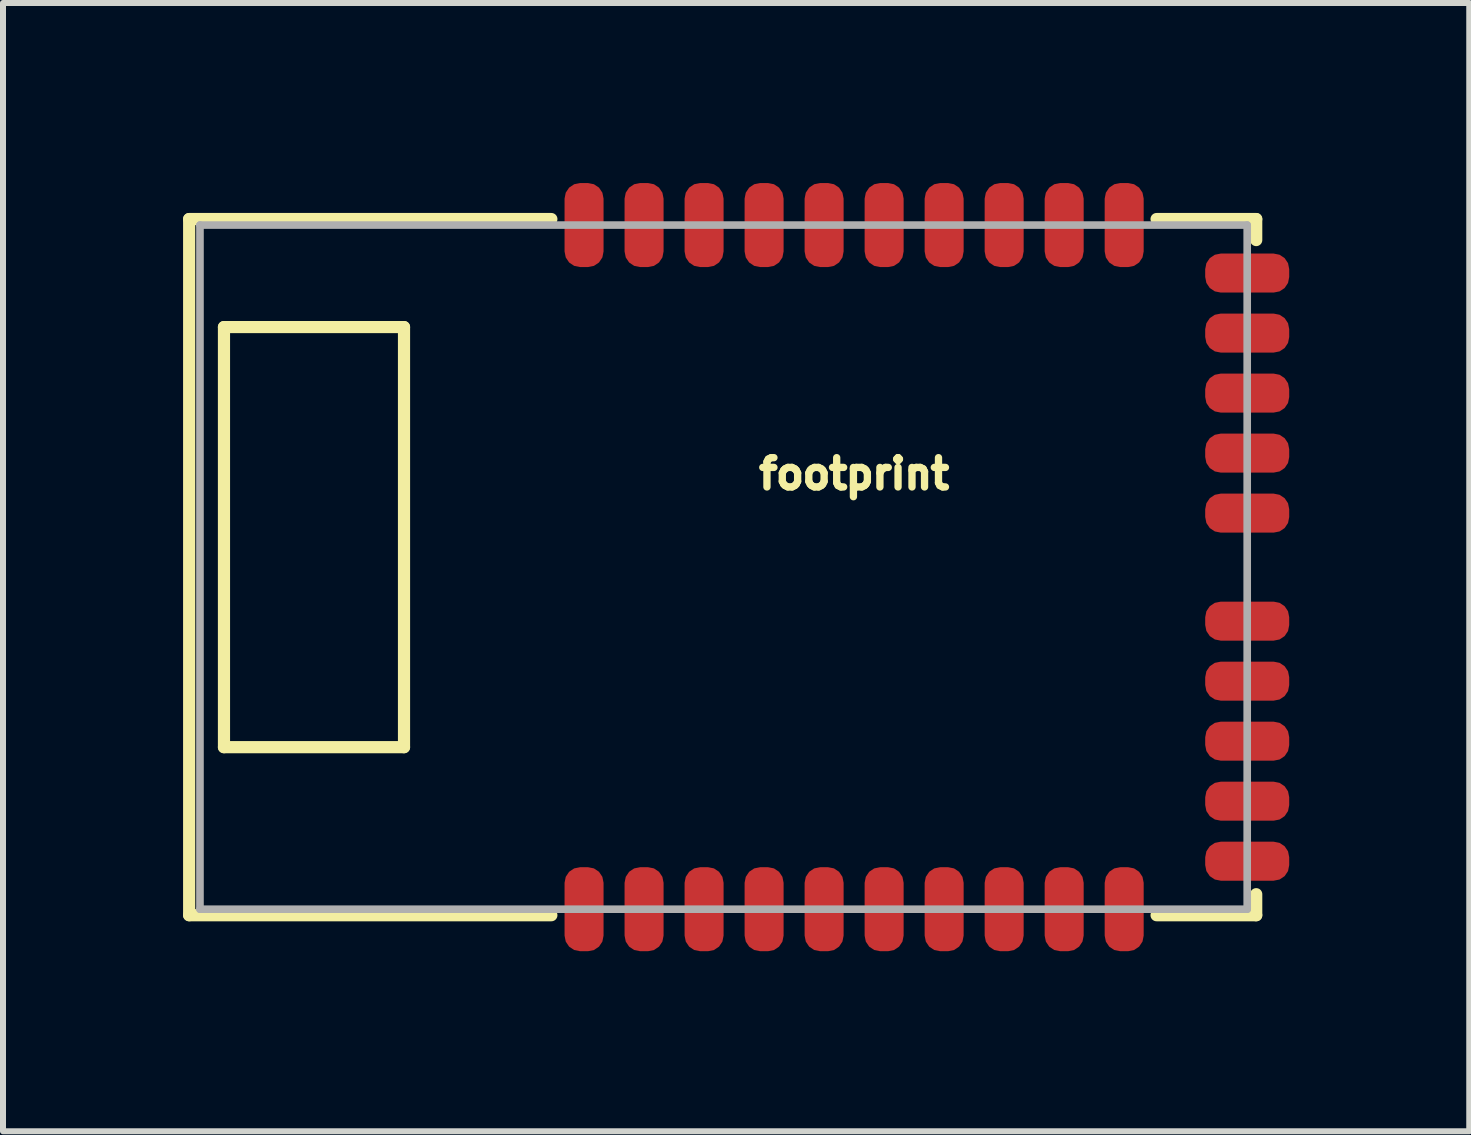
<source format=kicad_pcb>
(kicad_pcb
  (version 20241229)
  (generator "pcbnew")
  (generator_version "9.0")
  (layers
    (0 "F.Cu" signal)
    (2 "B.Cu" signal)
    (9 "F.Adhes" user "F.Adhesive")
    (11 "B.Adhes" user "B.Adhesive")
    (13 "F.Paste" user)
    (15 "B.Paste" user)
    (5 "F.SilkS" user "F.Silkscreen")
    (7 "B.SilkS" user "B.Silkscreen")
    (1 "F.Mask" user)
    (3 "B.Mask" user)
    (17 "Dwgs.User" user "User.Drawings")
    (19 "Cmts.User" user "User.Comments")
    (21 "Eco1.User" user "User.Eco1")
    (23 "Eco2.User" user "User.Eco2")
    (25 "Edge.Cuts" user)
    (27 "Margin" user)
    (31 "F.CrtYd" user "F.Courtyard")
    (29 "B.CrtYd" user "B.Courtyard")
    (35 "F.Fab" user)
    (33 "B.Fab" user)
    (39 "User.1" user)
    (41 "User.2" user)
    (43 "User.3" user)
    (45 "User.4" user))
  (footprint "footprint"
    (layer "F.Cu")
    (at 11.182 6.4)
    (property "Reference" "footprint" (at 0 -1.27 0) (layer "F.SilkS") (effects (font (size 0.488 0.488) (thickness 0.122)) (justify bottom)))
    (fp_line (start -11.08 -5.8) (end -11.08 5.8) (stroke (width 0.203) (type solid)) (layer "F.SilkS"))
    (fp_line (start -10.5 -4) (end -10.5 3) (stroke (width 0.203) (type solid)) (layer "F.SilkS"))
    (fp_line (start -10.5 3) (end -7.5 3) (stroke (width 0.203) (type solid)) (layer "F.SilkS"))
    (fp_line (start -7.5 -4) (end -10.5 -4) (stroke (width 0.203) (type solid)) (layer "F.SilkS"))
    (fp_line (start -7.5 3) (end -7.5 -4) (stroke (width 0.203) (type solid)) (layer "F.SilkS"))
    (fp_line (start -5.045 -5.8) (end -11.08 -5.8) (stroke (width 0.203) (type solid)) (layer "F.SilkS"))
    (fp_line (start -5.045 5.8) (end -11.08 5.8) (stroke (width 0.203) (type solid)) (layer "F.SilkS"))
    (fp_line (start 6.7 -5.8) (end 5.04 -5.8) (stroke (width 0.203) (type solid)) (layer "F.SilkS"))
    (fp_line (start 6.7 -5.8) (end 6.7 -5.45) (stroke (width 0.203) (type solid)) (layer "F.SilkS"))
    (fp_line (start 6.7 5.45) (end 6.7 5.8) (stroke (width 0.203) (type solid)) (layer "F.SilkS"))
    (fp_line (start 6.7 5.8) (end 5.04 5.8) (stroke (width 0.203) (type solid)) (layer "F.SilkS"))
    (fp_poly (pts (xy -4.7 -5.2) (xy -4.3 -5.2) (xy -4.3 -6.2) (xy -4.7 -6.2)) (stroke (width 0) (type solid)) (fill yes) (layer "F.Paste"))
    (fp_poly (pts (xy -4.3 5.2) (xy -4.7 5.2) (xy -4.7 6.2) (xy -4.3 6.2)) (stroke (width 0) (type solid)) (fill yes) (layer "F.Paste"))
    (fp_poly (pts (xy -3.7 -5.2) (xy -3.3 -5.2) (xy -3.3 -6.2) (xy -3.7 -6.2)) (stroke (width 0) (type solid)) (fill yes) (layer "F.Paste"))
    (fp_poly (pts (xy -3.3 5.2) (xy -3.7 5.2) (xy -3.7 6.2) (xy -3.3 6.2)) (stroke (width 0) (type solid)) (fill yes) (layer "F.Paste"))
    (fp_poly (pts (xy -2.7 -5.2) (xy -2.3 -5.2) (xy -2.3 -6.2) (xy -2.7 -6.2)) (stroke (width 0) (type solid)) (fill yes) (layer "F.Paste"))
    (fp_poly (pts (xy -2.3 5.2) (xy -2.7 5.2) (xy -2.7 6.2) (xy -2.3 6.2)) (stroke (width 0) (type solid)) (fill yes) (layer "F.Paste"))
    (fp_poly (pts (xy -1.7 -5.2) (xy -1.3 -5.2) (xy -1.3 -6.2) (xy -1.7 -6.2)) (stroke (width 0) (type solid)) (fill yes) (layer "F.Paste"))
    (fp_poly (pts (xy -1.3 5.2) (xy -1.7 5.2) (xy -1.7 6.2) (xy -1.3 6.2)) (stroke (width 0) (type solid)) (fill yes) (layer "F.Paste"))
    (fp_poly (pts (xy -0.7 -5.2) (xy -0.3 -5.2) (xy -0.3 -6.2) (xy -0.7 -6.2)) (stroke (width 0) (type solid)) (fill yes) (layer "F.Paste"))
    (fp_poly (pts (xy -0.3 5.2) (xy -0.7 5.2) (xy -0.7 6.2) (xy -0.3 6.2)) (stroke (width 0) (type solid)) (fill yes) (layer "F.Paste"))
    (fp_poly (pts (xy 0.3 -5.2) (xy 0.7 -5.2) (xy 0.7 -6.2) (xy 0.3 -6.2)) (stroke (width 0) (type solid)) (fill yes) (layer "F.Paste"))
    (fp_poly (pts (xy 0.7 5.2) (xy 0.3 5.2) (xy 0.3 6.2) (xy 0.7 6.2)) (stroke (width 0) (type solid)) (fill yes) (layer "F.Paste"))
    (fp_poly (pts (xy 1.3 -5.2) (xy 1.7 -5.2) (xy 1.7 -6.2) (xy 1.3 -6.2)) (stroke (width 0) (type solid)) (fill yes) (layer "F.Paste"))
    (fp_poly (pts (xy 1.7 5.2) (xy 1.3 5.2) (xy 1.3 6.2) (xy 1.7 6.2)) (stroke (width 0) (type solid)) (fill yes) (layer "F.Paste"))
    (fp_poly (pts (xy 2.3 -5.2) (xy 2.7 -5.2) (xy 2.7 -6.2) (xy 2.3 -6.2)) (stroke (width 0) (type solid)) (fill yes) (layer "F.Paste"))
    (fp_poly (pts (xy 2.7 5.2) (xy 2.3 5.2) (xy 2.3 6.2) (xy 2.7 6.2)) (stroke (width 0) (type solid)) (fill yes) (layer "F.Paste"))
    (fp_poly (pts (xy 3.3 -5.2) (xy 3.7 -5.2) (xy 3.7 -6.2) (xy 3.3 -6.2)) (stroke (width 0) (type solid)) (fill yes) (layer "F.Paste"))
    (fp_poly (pts (xy 3.7 5.2) (xy 3.3 5.2) (xy 3.3 6.2) (xy 3.7 6.2)) (stroke (width 0) (type solid)) (fill yes) (layer "F.Paste"))
    (fp_poly (pts (xy 4.3 -5.2) (xy 4.7 -5.2) (xy 4.7 -6.2) (xy 4.3 -6.2)) (stroke (width 0) (type solid)) (fill yes) (layer "F.Paste"))
    (fp_poly (pts (xy 4.7 5.2) (xy 4.3 5.2) (xy 4.3 6.2) (xy 4.7 6.2)) (stroke (width 0) (type solid)) (fill yes) (layer "F.Paste"))
    (fp_poly (pts (xy 7.05 -4.7) (xy 7.05 -5.1) (xy 6.05 -5.1) (xy 6.05 -4.7)) (stroke (width 0) (type solid)) (fill yes) (layer "F.Paste"))
    (fp_poly (pts (xy 7.05 -3.7) (xy 7.05 -4.1) (xy 6.05 -4.1) (xy 6.05 -3.7)) (stroke (width 0) (type solid)) (fill yes) (layer "F.Paste"))
    (fp_poly (pts (xy 7.05 -2.7) (xy 7.05 -3.1) (xy 6.05 -3.1) (xy 6.05 -2.7)) (stroke (width 0) (type solid)) (fill yes) (layer "F.Paste"))
    (fp_poly (pts (xy 7.05 -1.7) (xy 7.05 -2.1) (xy 6.05 -2.1) (xy 6.05 -1.7)) (stroke (width 0) (type solid)) (fill yes) (layer "F.Paste"))
    (fp_poly (pts (xy 7.05 -0.7) (xy 7.05 -1.1) (xy 6.05 -1.1) (xy 6.05 -0.7)) (stroke (width 0) (type solid)) (fill yes) (layer "F.Paste"))
    (fp_poly (pts (xy 7.05 1.1) (xy 7.05 0.7) (xy 6.05 0.7) (xy 6.05 1.1)) (stroke (width 0) (type solid)) (fill yes) (layer "F.Paste"))
    (fp_poly (pts (xy 7.05 2.1) (xy 7.05 1.7) (xy 6.05 1.7) (xy 6.05 2.1)) (stroke (width 0) (type solid)) (fill yes) (layer "F.Paste"))
    (fp_poly (pts (xy 7.05 3.1) (xy 7.05 2.7) (xy 6.05 2.7) (xy 6.05 3.1)) (stroke (width 0) (type solid)) (fill yes) (layer "F.Paste"))
    (fp_poly (pts (xy 7.05 4.1) (xy 7.05 3.7) (xy 6.05 3.7) (xy 6.05 4.1)) (stroke (width 0) (type solid)) (fill yes) (layer "F.Paste"))
    (fp_poly (pts (xy 7.05 5.1) (xy 7.05 4.7) (xy 6.05 4.7) (xy 6.05 5.1)) (stroke (width 0) (type solid)) (fill yes) (layer "F.Paste"))
    (fp_line (start -10.9 -5.7) (end -10.9 5.7) (stroke (width 0.127) (type solid)) (layer "F.Fab"))
    (fp_line (start -10.9 5.7) (end 6.55 5.7) (stroke (width 0.127) (type solid)) (layer "F.Fab"))
    (fp_line (start 6.55 -5.7) (end -10.9 -5.7) (stroke (width 0.127) (type solid)) (layer "F.Fab"))
    (fp_line (start 6.55 5.7) (end 6.55 -5.7) (stroke (width 0.127) (type solid)) (layer "F.Fab"))
    (pad "1" smd roundrect (at -4.5 5.7) (size 0.65 1.4) (layers "F.Cu" "F.Mask") (roundrect_rratio 0.4))
    (pad "2" smd roundrect (at -3.5 5.7) (size 0.65 1.4) (layers "F.Cu" "F.Mask") (roundrect_rratio 0.4))
    (pad "3" smd roundrect (at -2.5 5.7) (size 0.65 1.4) (layers "F.Cu" "F.Mask") (roundrect_rratio 0.4))
    (pad "4" smd roundrect (at -1.5 5.7) (size 0.65 1.4) (layers "F.Cu" "F.Mask") (roundrect_rratio 0.4))
    (pad "5" smd roundrect (at -0.5 5.7) (size 0.65 1.4) (layers "F.Cu" "F.Mask") (roundrect_rratio 0.4))
    (pad "6" smd roundrect (at 0.5 5.7) (size 0.65 1.4) (layers "F.Cu" "F.Mask") (roundrect_rratio 0.4))
    (pad "7" smd roundrect (at 1.5 5.7) (size 0.65 1.4) (layers "F.Cu" "F.Mask") (roundrect_rratio 0.4))
    (pad "8" smd roundrect (at 2.5 5.7) (size 0.65 1.4) (layers "F.Cu" "F.Mask") (roundrect_rratio 0.4))
    (pad "9" smd roundrect (at 3.5 5.7) (size 0.65 1.4) (layers "F.Cu" "F.Mask") (roundrect_rratio 0.4))
    (pad "10" smd roundrect (at 4.5 5.7) (size 0.65 1.4) (layers "F.Cu" "F.Mask") (roundrect_rratio 0.4))
    (pad "11" smd roundrect (at 6.55 4.9 90) (size 0.65 1.4) (layers "F.Cu" "F.Mask") (roundrect_rratio 0.4))
    (pad "12" smd roundrect (at 6.55 3.9 90) (size 0.65 1.4) (layers "F.Cu" "F.Mask") (roundrect_rratio 0.4))
    (pad "13" smd roundrect (at 6.55 2.9 90) (size 0.65 1.4) (layers "F.Cu" "F.Mask") (roundrect_rratio 0.4))
    (pad "14" smd roundrect (at 6.55 1.9 90) (size 0.65 1.4) (layers "F.Cu" "F.Mask") (roundrect_rratio 0.4))
    (pad "15" smd roundrect (at 6.55 0.9 90) (size 0.65 1.4) (layers "F.Cu" "F.Mask") (roundrect_rratio 0.4))
    (pad "16" smd roundrect (at 6.55 -0.9 90) (size 0.65 1.4) (layers "F.Cu" "F.Mask") (roundrect_rratio 0.4))
    (pad "17" smd roundrect (at 6.55 -1.9 90) (size 0.65 1.4) (layers "F.Cu" "F.Mask") (roundrect_rratio 0.4))
    (pad "18" smd roundrect (at 6.55 -2.9 90) (size 0.65 1.4) (layers "F.Cu" "F.Mask") (roundrect_rratio 0.4))
    (pad "19" smd roundrect (at 6.55 -3.9 90) (size 0.65 1.4) (layers "F.Cu" "F.Mask") (roundrect_rratio 0.4))
    (pad "20" smd roundrect (at 6.55 -4.9 90) (size 0.65 1.4) (layers "F.Cu" "F.Mask") (roundrect_rratio 0.4))
    (pad "21" smd roundrect (at 4.5 -5.7) (size 0.65 1.4) (layers "F.Cu" "F.Mask") (roundrect_rratio 0.4))
    (pad "22" smd roundrect (at 3.5 -5.7) (size 0.65 1.4) (layers "F.Cu" "F.Mask") (roundrect_rratio 0.4))
    (pad "23" smd roundrect (at 2.5 -5.7) (size 0.65 1.4) (layers "F.Cu" "F.Mask") (roundrect_rratio 0.4))
    (pad "24" smd roundrect (at 1.5 -5.7) (size 0.65 1.4) (layers "F.Cu" "F.Mask") (roundrect_rratio 0.4))
    (pad "25" smd roundrect (at 0.5 -5.7 180) (size 0.65 1.4) (layers "F.Cu" "F.Mask") (roundrect_rratio 0.4))
    (pad "26" smd roundrect (at -0.5 -5.7 180) (size 0.65 1.4) (layers "F.Cu" "F.Mask") (roundrect_rratio 0.4))
    (pad "27" smd roundrect (at -1.5 -5.7 180) (size 0.65 1.4) (layers "F.Cu" "F.Mask") (roundrect_rratio 0.4))
    (pad "28" smd roundrect (at -2.5 -5.7 180) (size 0.65 1.4) (layers "F.Cu" "F.Mask") (roundrect_rratio 0.4))
    (pad "29" smd roundrect (at -3.5 -5.7 180) (size 0.65 1.4) (layers "F.Cu" "F.Mask") (roundrect_rratio 0.4))
    (pad "30" smd roundrect (at -4.5 -5.7 180) (size 0.65 1.4) (layers "F.Cu" "F.Mask") (roundrect_rratio 0.4)))
  (gr_rect
    (start -3 -3)
    (end 21.432 15.8)
    (stroke (width 0.1) (type default))
    (fill no)
    (layer "Edge.Cuts")))
</source>
